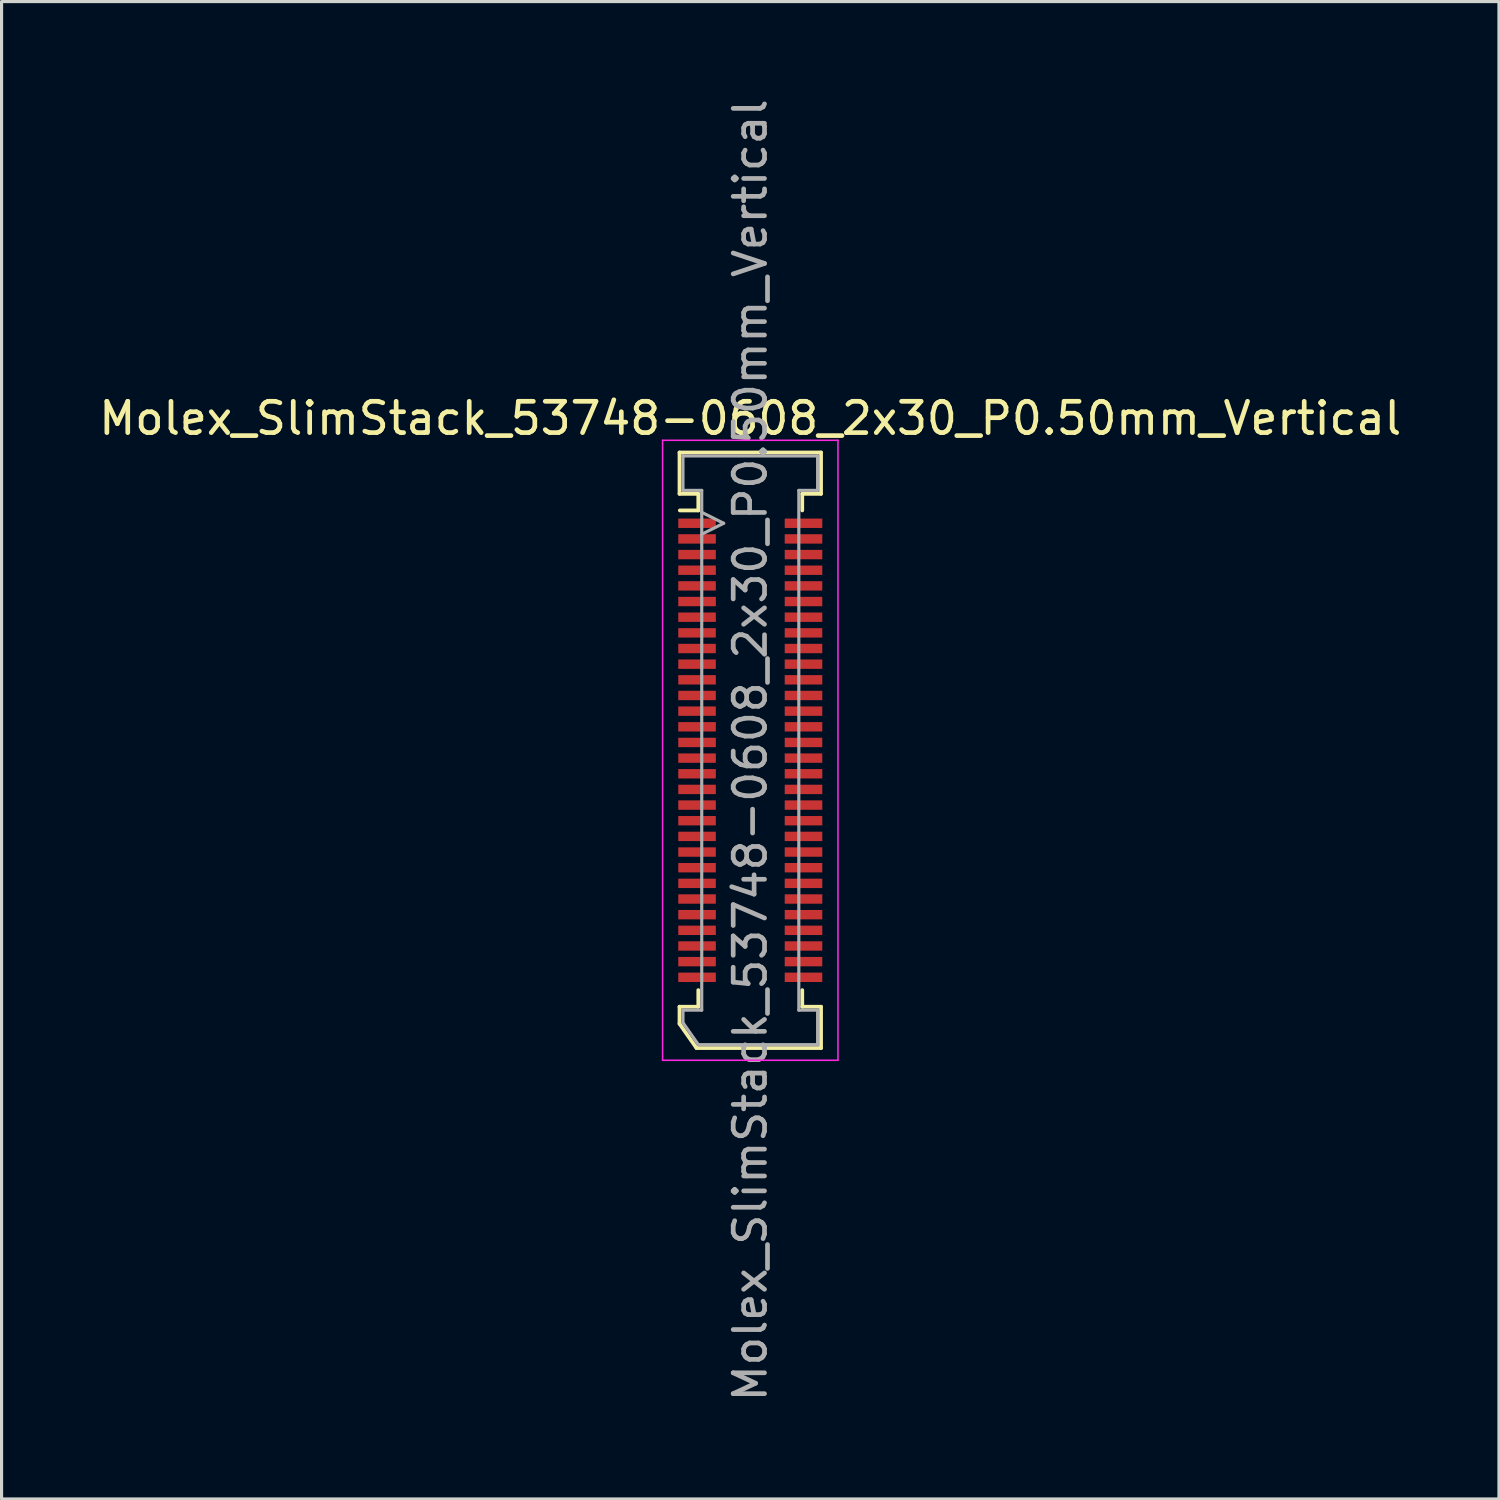
<source format=kicad_pcb>
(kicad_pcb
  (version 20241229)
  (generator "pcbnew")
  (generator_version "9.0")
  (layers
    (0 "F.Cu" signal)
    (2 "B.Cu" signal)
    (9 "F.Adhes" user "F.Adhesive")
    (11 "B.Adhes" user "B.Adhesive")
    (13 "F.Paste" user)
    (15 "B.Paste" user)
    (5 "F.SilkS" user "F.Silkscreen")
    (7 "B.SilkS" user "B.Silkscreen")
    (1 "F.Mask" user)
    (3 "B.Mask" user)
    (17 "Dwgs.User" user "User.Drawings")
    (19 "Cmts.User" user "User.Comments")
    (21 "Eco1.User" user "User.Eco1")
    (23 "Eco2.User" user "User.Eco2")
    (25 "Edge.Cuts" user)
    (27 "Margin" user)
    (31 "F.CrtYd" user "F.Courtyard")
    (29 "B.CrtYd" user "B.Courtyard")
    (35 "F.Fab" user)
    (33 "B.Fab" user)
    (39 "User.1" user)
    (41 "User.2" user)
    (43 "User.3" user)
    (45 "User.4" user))
  (footprint "Molex_SlimStack_53748-0608_2x30_P0.50mm_Vertical"
    (layer "F.Cu")
    (at 20.911 20.911)
    (property "Reference" "Molex_SlimStack_53748-0608_2x30_P0.50mm_Vertical" (at 0 -10.6 0) (layer "F.SilkS") (effects (font (size 1 1) (thickness 0.15))))
    (attr smd)
    (fp_line (start -2.26 -9.51) (end -2.26 -8.19) (stroke (width 0.12) (type solid)) (layer "F.SilkS"))
    (fp_line (start -2.26 -8.19) (end -1.66 -8.19) (stroke (width 0.12) (type solid)) (layer "F.SilkS"))
    (fp_line (start -2.26 8.19) (end -1.66 8.19) (stroke (width 0.12) (type solid)) (layer "F.SilkS"))
    (fp_line (start -2.26 8.735) (end -2.26 8.19) (stroke (width 0.12) (type solid)) (layer "F.SilkS"))
    (fp_line (start -1.717 9.51) (end -2.26 8.735) (stroke (width 0.12) (type solid)) (layer "F.SilkS"))
    (fp_line (start -1.66 -8.19) (end -1.66 -7.66) (stroke (width 0.12) (type solid)) (layer "F.SilkS"))
    (fp_line (start -1.66 -7.66) (end -2.25 -7.66) (stroke (width 0.12) (type solid)) (layer "F.SilkS"))
    (fp_line (start -1.66 8.19) (end -1.66 7.66) (stroke (width 0.12) (type solid)) (layer "F.SilkS"))
    (fp_line (start 1.66 -8.19) (end 2.26 -8.19) (stroke (width 0.12) (type solid)) (layer "F.SilkS"))
    (fp_line (start 1.66 -7.66) (end 1.66 -8.19) (stroke (width 0.12) (type solid)) (layer "F.SilkS"))
    (fp_line (start 1.66 7.66) (end 1.66 8.19) (stroke (width 0.12) (type solid)) (layer "F.SilkS"))
    (fp_line (start 1.66 8.19) (end 2.26 8.19) (stroke (width 0.12) (type solid)) (layer "F.SilkS"))
    (fp_line (start 2.26 -9.51) (end -2.26 -9.51) (stroke (width 0.12) (type solid)) (layer "F.SilkS"))
    (fp_line (start 2.26 -8.19) (end 2.26 -9.51) (stroke (width 0.12) (type solid)) (layer "F.SilkS"))
    (fp_line (start 2.26 8.19) (end 2.26 9.51) (stroke (width 0.12) (type solid)) (layer "F.SilkS"))
    (fp_line (start 2.26 9.51) (end -1.717 9.51) (stroke (width 0.12) (type solid)) (layer "F.SilkS"))
    (fp_line (start -2.8 -9.9) (end -2.8 9.9) (stroke (width 0.05) (type solid)) (layer "F.CrtYd"))
    (fp_line (start -2.8 9.9) (end 2.8 9.9) (stroke (width 0.05) (type solid)) (layer "F.CrtYd"))
    (fp_line (start 2.8 -9.9) (end -2.8 -9.9) (stroke (width 0.05) (type solid)) (layer "F.CrtYd"))
    (fp_line (start 2.8 9.9) (end 2.8 -9.9) (stroke (width 0.05) (type solid)) (layer "F.CrtYd"))
    (fp_line (start -2.15 -9.4) (end -2.15 -8.3) (stroke (width 0.1) (type solid)) (layer "F.Fab"))
    (fp_line (start -2.15 -8.3) (end -1.55 -8.3) (stroke (width 0.1) (type solid)) (layer "F.Fab"))
    (fp_line (start -2.15 8.3) (end -2.15 8.7) (stroke (width 0.1) (type solid)) (layer "F.Fab"))
    (fp_line (start -2.15 8.7) (end -1.66 9.4) (stroke (width 0.1) (type solid)) (layer "F.Fab"))
    (fp_line (start -1.66 9.4) (end 2.15 9.4) (stroke (width 0.1) (type solid)) (layer "F.Fab"))
    (fp_line (start -1.55 -8.3) (end -1.55 8.3) (stroke (width 0.1) (type solid)) (layer "F.Fab"))
    (fp_line (start -1.55 8.3) (end -2.15 8.3) (stroke (width 0.1) (type solid)) (layer "F.Fab"))
    (fp_line (start -0.85 -7.25) (end -1.55 -7.6) (stroke (width 0.1) (type solid)) (layer "F.Fab"))
    (fp_line (start -0.85 -7.25) (end -1.55 -6.9) (stroke (width 0.1) (type solid)) (layer "F.Fab"))
    (fp_line (start 1.55 -8.3) (end 2.15 -8.3) (stroke (width 0.1) (type solid)) (layer "F.Fab"))
    (fp_line (start 1.55 8.3) (end 1.55 -8.3) (stroke (width 0.1) (type solid)) (layer "F.Fab"))
    (fp_line (start 2.15 -9.4) (end -2.15 -9.4) (stroke (width 0.1) (type solid)) (layer "F.Fab"))
    (fp_line (start 2.15 -8.3) (end 2.15 -9.4) (stroke (width 0.1) (type solid)) (layer "F.Fab"))
    (fp_line (start 2.15 8.3) (end 1.55 8.3) (stroke (width 0.1) (type solid)) (layer "F.Fab"))
    (fp_line (start 2.15 9.4) (end 2.15 8.3) (stroke (width 0.1) (type solid)) (layer "F.Fab"))
    (fp_text user "${REFERENCE}" (at 0 0 90) (layer "F.Fab") (effects (font (size 1 1) (thickness 0.15))))
    (pad "1" smd rect (at -1.7 -7.25) (size 1.2 0.3) (layers "F.Cu" "F.Mask" "F.Paste"))
    (pad "2" smd rect (at 1.7 -7.25) (size 1.2 0.3) (layers "F.Cu" "F.Mask" "F.Paste"))
    (pad "3" smd rect (at -1.7 -6.75) (size 1.2 0.3) (layers "F.Cu" "F.Mask" "F.Paste"))
    (pad "4" smd rect (at 1.7 -6.75) (size 1.2 0.3) (layers "F.Cu" "F.Mask" "F.Paste"))
    (pad "5" smd rect (at -1.7 -6.25) (size 1.2 0.3) (layers "F.Cu" "F.Mask" "F.Paste"))
    (pad "6" smd rect (at 1.7 -6.25) (size 1.2 0.3) (layers "F.Cu" "F.Mask" "F.Paste"))
    (pad "7" smd rect (at -1.7 -5.75) (size 1.2 0.3) (layers "F.Cu" "F.Mask" "F.Paste"))
    (pad "8" smd rect (at 1.7 -5.75) (size 1.2 0.3) (layers "F.Cu" "F.Mask" "F.Paste"))
    (pad "9" smd rect (at -1.7 -5.25) (size 1.2 0.3) (layers "F.Cu" "F.Mask" "F.Paste"))
    (pad "10" smd rect (at 1.7 -5.25) (size 1.2 0.3) (layers "F.Cu" "F.Mask" "F.Paste"))
    (pad "11" smd rect (at -1.7 -4.75) (size 1.2 0.3) (layers "F.Cu" "F.Mask" "F.Paste"))
    (pad "12" smd rect (at 1.7 -4.75) (size 1.2 0.3) (layers "F.Cu" "F.Mask" "F.Paste"))
    (pad "13" smd rect (at -1.7 -4.25) (size 1.2 0.3) (layers "F.Cu" "F.Mask" "F.Paste"))
    (pad "14" smd rect (at 1.7 -4.25) (size 1.2 0.3) (layers "F.Cu" "F.Mask" "F.Paste"))
    (pad "15" smd rect (at -1.7 -3.75) (size 1.2 0.3) (layers "F.Cu" "F.Mask" "F.Paste"))
    (pad "16" smd rect (at 1.7 -3.75) (size 1.2 0.3) (layers "F.Cu" "F.Mask" "F.Paste"))
    (pad "17" smd rect (at -1.7 -3.25) (size 1.2 0.3) (layers "F.Cu" "F.Mask" "F.Paste"))
    (pad "18" smd rect (at 1.7 -3.25) (size 1.2 0.3) (layers "F.Cu" "F.Mask" "F.Paste"))
    (pad "19" smd rect (at -1.7 -2.75) (size 1.2 0.3) (layers "F.Cu" "F.Mask" "F.Paste"))
    (pad "20" smd rect (at 1.7 -2.75) (size 1.2 0.3) (layers "F.Cu" "F.Mask" "F.Paste"))
    (pad "21" smd rect (at -1.7 -2.25) (size 1.2 0.3) (layers "F.Cu" "F.Mask" "F.Paste"))
    (pad "22" smd rect (at 1.7 -2.25) (size 1.2 0.3) (layers "F.Cu" "F.Mask" "F.Paste"))
    (pad "23" smd rect (at -1.7 -1.75) (size 1.2 0.3) (layers "F.Cu" "F.Mask" "F.Paste"))
    (pad "24" smd rect (at 1.7 -1.75) (size 1.2 0.3) (layers "F.Cu" "F.Mask" "F.Paste"))
    (pad "25" smd rect (at -1.7 -1.25) (size 1.2 0.3) (layers "F.Cu" "F.Mask" "F.Paste"))
    (pad "26" smd rect (at 1.7 -1.25) (size 1.2 0.3) (layers "F.Cu" "F.Mask" "F.Paste"))
    (pad "27" smd rect (at -1.7 -0.75) (size 1.2 0.3) (layers "F.Cu" "F.Mask" "F.Paste"))
    (pad "28" smd rect (at 1.7 -0.75) (size 1.2 0.3) (layers "F.Cu" "F.Mask" "F.Paste"))
    (pad "29" smd rect (at -1.7 -0.25) (size 1.2 0.3) (layers "F.Cu" "F.Mask" "F.Paste"))
    (pad "30" smd rect (at 1.7 -0.25) (size 1.2 0.3) (layers "F.Cu" "F.Mask" "F.Paste"))
    (pad "31" smd rect (at -1.7 0.25) (size 1.2 0.3) (layers "F.Cu" "F.Mask" "F.Paste"))
    (pad "32" smd rect (at 1.7 0.25) (size 1.2 0.3) (layers "F.Cu" "F.Mask" "F.Paste"))
    (pad "33" smd rect (at -1.7 0.75) (size 1.2 0.3) (layers "F.Cu" "F.Mask" "F.Paste"))
    (pad "34" smd rect (at 1.7 0.75) (size 1.2 0.3) (layers "F.Cu" "F.Mask" "F.Paste"))
    (pad "35" smd rect (at -1.7 1.25) (size 1.2 0.3) (layers "F.Cu" "F.Mask" "F.Paste"))
    (pad "36" smd rect (at 1.7 1.25) (size 1.2 0.3) (layers "F.Cu" "F.Mask" "F.Paste"))
    (pad "37" smd rect (at -1.7 1.75) (size 1.2 0.3) (layers "F.Cu" "F.Mask" "F.Paste"))
    (pad "38" smd rect (at 1.7 1.75) (size 1.2 0.3) (layers "F.Cu" "F.Mask" "F.Paste"))
    (pad "39" smd rect (at -1.7 2.25) (size 1.2 0.3) (layers "F.Cu" "F.Mask" "F.Paste"))
    (pad "40" smd rect (at 1.7 2.25) (size 1.2 0.3) (layers "F.Cu" "F.Mask" "F.Paste"))
    (pad "41" smd rect (at -1.7 2.75) (size 1.2 0.3) (layers "F.Cu" "F.Mask" "F.Paste"))
    (pad "42" smd rect (at 1.7 2.75) (size 1.2 0.3) (layers "F.Cu" "F.Mask" "F.Paste"))
    (pad "43" smd rect (at -1.7 3.25) (size 1.2 0.3) (layers "F.Cu" "F.Mask" "F.Paste"))
    (pad "44" smd rect (at 1.7 3.25) (size 1.2 0.3) (layers "F.Cu" "F.Mask" "F.Paste"))
    (pad "45" smd rect (at -1.7 3.75) (size 1.2 0.3) (layers "F.Cu" "F.Mask" "F.Paste"))
    (pad "46" smd rect (at 1.7 3.75) (size 1.2 0.3) (layers "F.Cu" "F.Mask" "F.Paste"))
    (pad "47" smd rect (at -1.7 4.25) (size 1.2 0.3) (layers "F.Cu" "F.Mask" "F.Paste"))
    (pad "48" smd rect (at 1.7 4.25) (size 1.2 0.3) (layers "F.Cu" "F.Mask" "F.Paste"))
    (pad "49" smd rect (at -1.7 4.75) (size 1.2 0.3) (layers "F.Cu" "F.Mask" "F.Paste"))
    (pad "50" smd rect (at 1.7 4.75) (size 1.2 0.3) (layers "F.Cu" "F.Mask" "F.Paste"))
    (pad "51" smd rect (at -1.7 5.25) (size 1.2 0.3) (layers "F.Cu" "F.Mask" "F.Paste"))
    (pad "52" smd rect (at 1.7 5.25) (size 1.2 0.3) (layers "F.Cu" "F.Mask" "F.Paste"))
    (pad "53" smd rect (at -1.7 5.75) (size 1.2 0.3) (layers "F.Cu" "F.Mask" "F.Paste"))
    (pad "54" smd rect (at 1.7 5.75) (size 1.2 0.3) (layers "F.Cu" "F.Mask" "F.Paste"))
    (pad "55" smd rect (at -1.7 6.25) (size 1.2 0.3) (layers "F.Cu" "F.Mask" "F.Paste"))
    (pad "56" smd rect (at 1.7 6.25) (size 1.2 0.3) (layers "F.Cu" "F.Mask" "F.Paste"))
    (pad "57" smd rect (at -1.7 6.75) (size 1.2 0.3) (layers "F.Cu" "F.Mask" "F.Paste"))
    (pad "58" smd rect (at 1.7 6.75) (size 1.2 0.3) (layers "F.Cu" "F.Mask" "F.Paste"))
    (pad "59" smd rect (at -1.7 7.25) (size 1.2 0.3) (layers "F.Cu" "F.Mask" "F.Paste"))
    (pad "60" smd rect (at 1.7 7.25) (size 1.2 0.3) (layers "F.Cu" "F.Mask" "F.Paste")))
  (gr_rect
    (start -3 -3)
    (end 44.821 44.821)
    (stroke (width 0.1) (type default))
    (fill no)
    (layer "Edge.Cuts")))
</source>
